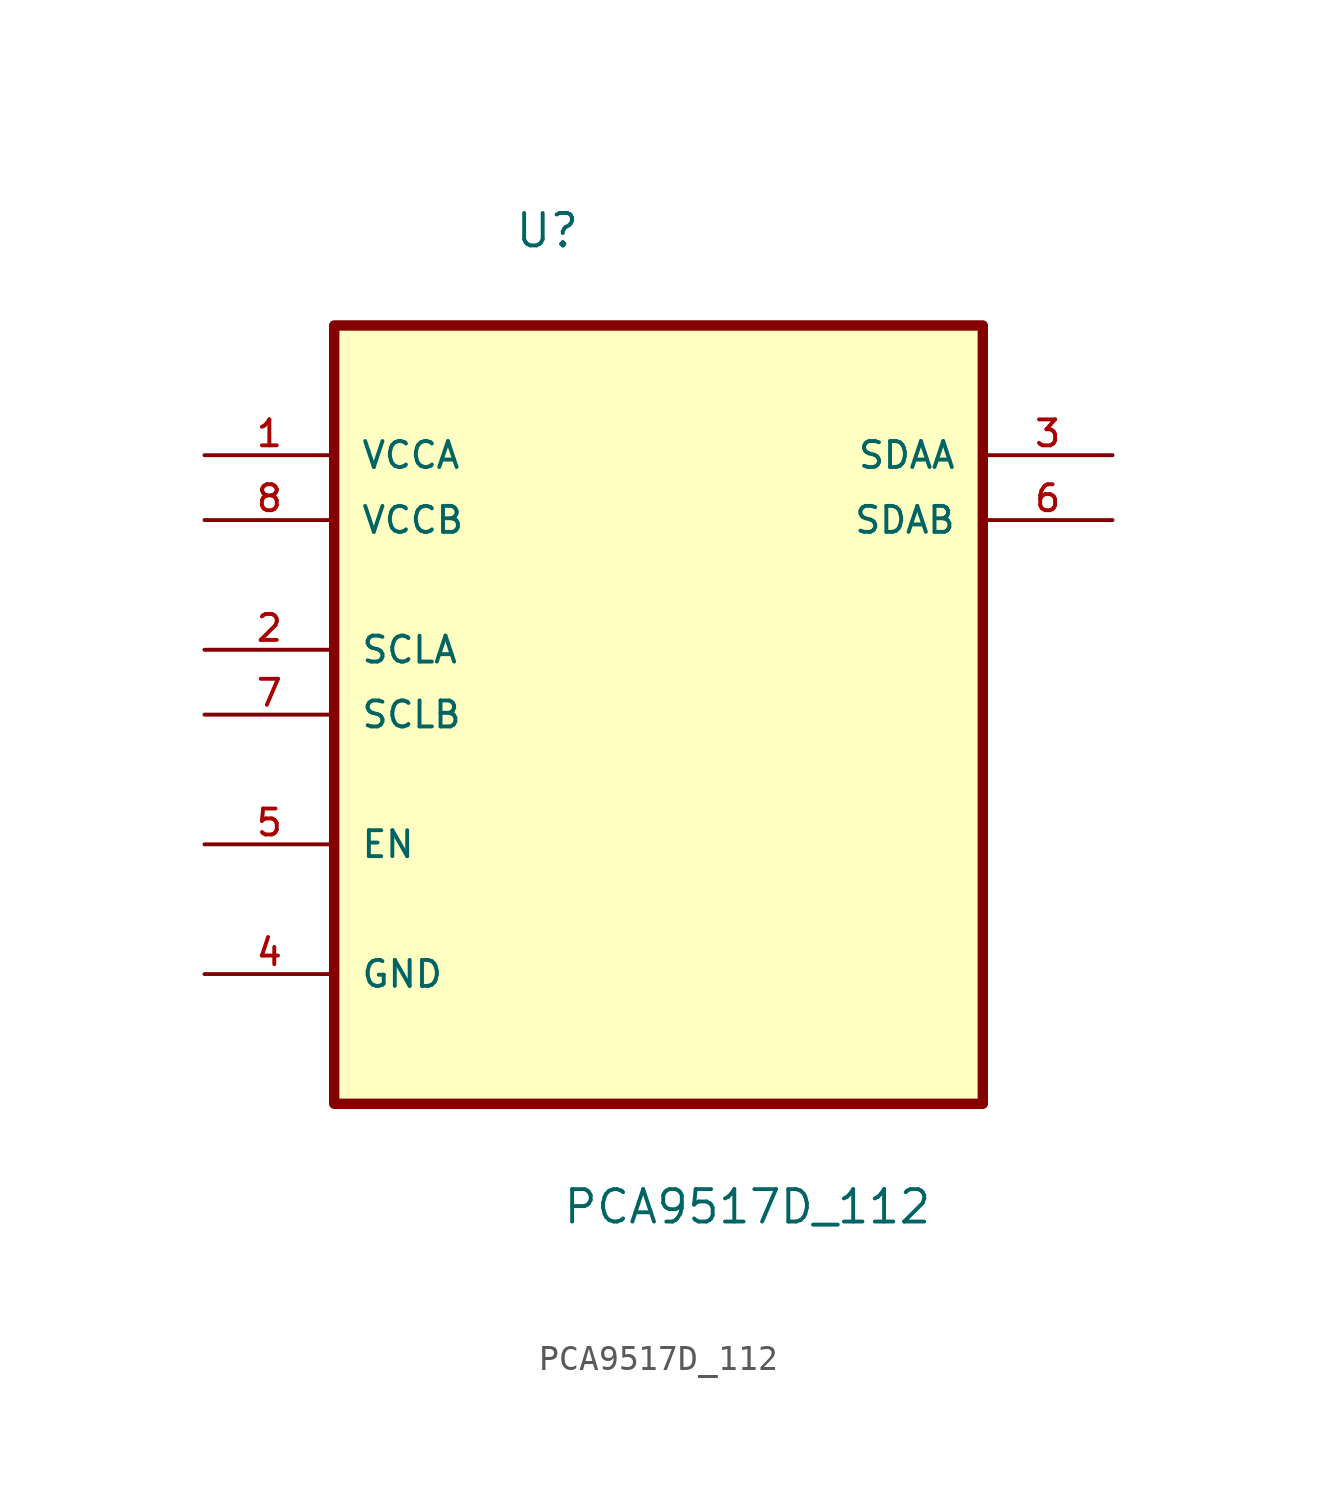
<source format=kicad_sym>
(kicad_symbol_lib
  (version 20211014)
  (generator kicad_symbol_editor)
  (symbol "PCA9517D_112"
    (pin_names
      (offset 1.016))
    (property "Reference" "U"
      (at -5.664 15.672 0.0)
      (effects (font (size 1.27 1.27)) (justify bottom left)))
    (property "Value" "PCA9517D_112"
      (at -3.785 -22.555 0.0)
      (effects (font (size 1.27 1.27)) (justify bottom left)))
    (symbol "PCA9517D_112_0_0"
      (rectangle (start -12.7 -17.78) (end 12.7 12.7) (stroke (width 0.406)) (fill (type background)))
      (pin power_in line (at -17.78 7.62 0) (length 5.08) (name "VCCA" (effects (font (size 1.016 1.016)))) (number "1" (effects (font (size 1.016 1.016)))))
      (pin power_in line (at -17.78 5.08 0) (length 5.08) (name "VCCB" (effects (font (size 1.016 1.016)))) (number "8" (effects (font (size 1.016 1.016)))))
      (pin input line (at -17.78 0.0 0) (length 5.08) (name "SCLA" (effects (font (size 1.016 1.016)))) (number "2" (effects (font (size 1.016 1.016)))))
      (pin input line (at -17.78 -2.54 0) (length 5.08) (name "SCLB" (effects (font (size 1.016 1.016)))) (number "7" (effects (font (size 1.016 1.016)))))
      (pin input line (at -17.78 -7.62 0) (length 5.08) (name "EN" (effects (font (size 1.016 1.016)))) (number "5" (effects (font (size 1.016 1.016)))))
      (pin passive line (at -17.78 -12.7 0) (length 5.08) (name "GND" (effects (font (size 1.016 1.016)))) (number "4" (effects (font (size 1.016 1.016)))))
      (pin bidirectional line (at 17.78 7.62 180.0) (length 5.08) (name "SDAA" (effects (font (size 1.016 1.016)))) (number "3" (effects (font (size 1.016 1.016)))))
      (pin bidirectional line (at 17.78 5.08 180.0) (length 5.08) (name "SDAB" (effects (font (size 1.016 1.016)))) (number "6" (effects (font (size 1.016 1.016))))))))
</source>
